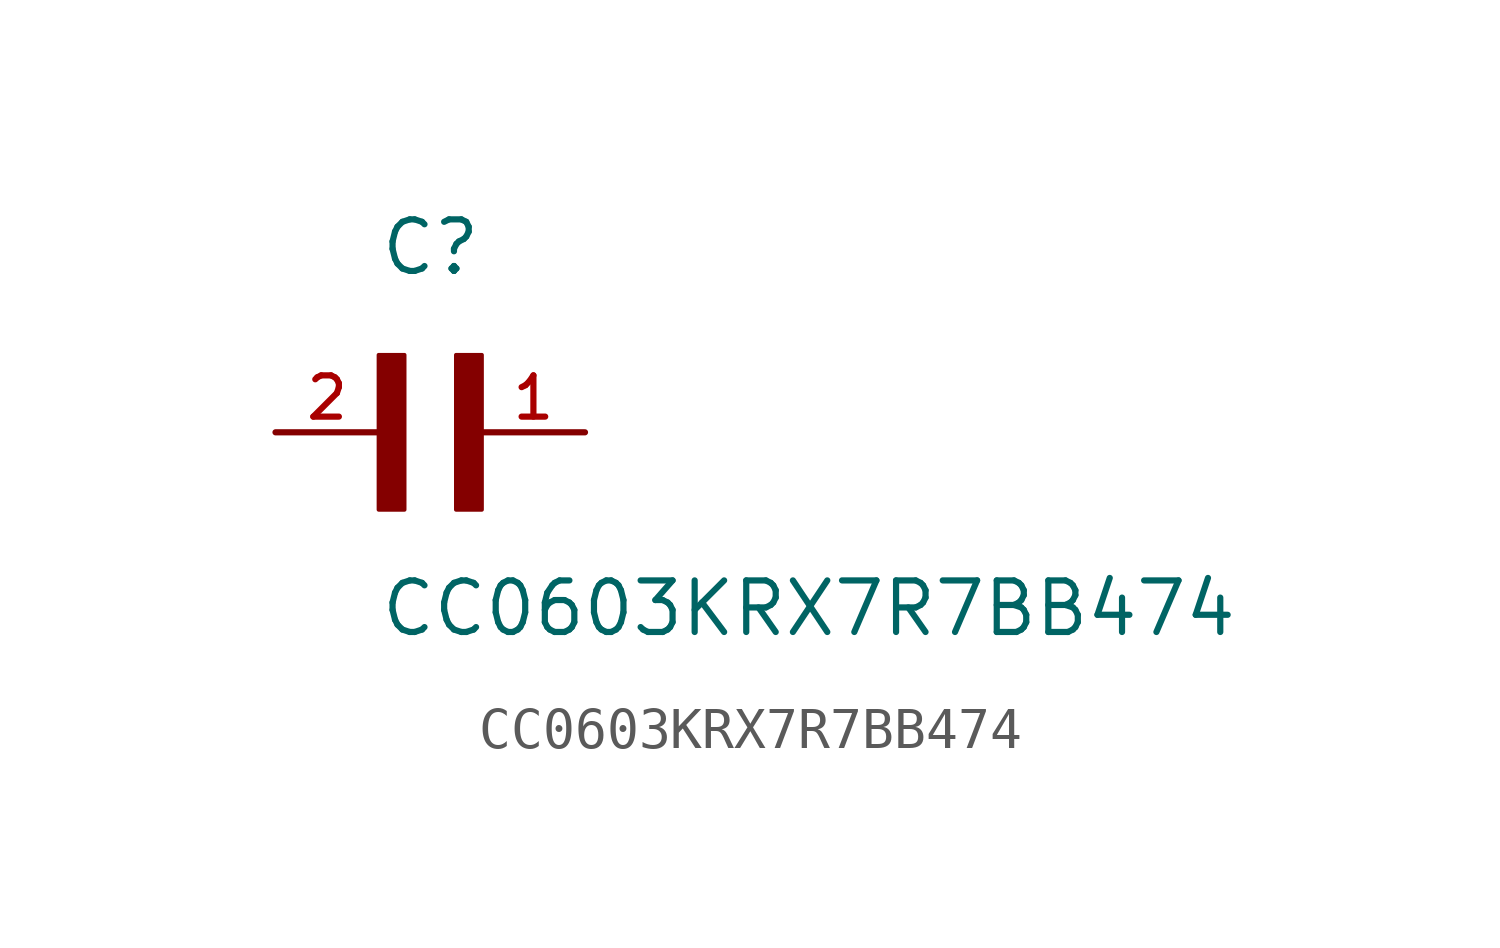
<source format=kicad_sym>
(kicad_symbol_lib
  (version 20211014)
  (generator kicad_symbol_editor)
  (symbol "CC0603KRX7R7BB474"
    (pin_names
      (offset 1.016))
    (property "Reference" "C"
      (at 0.0 3.81 0)
      (effects (font (size 1.27 1.27)) (justify bottom left)))
    (property "Value" "CC0603KRX7R7BB474"
      (at 0.0 -5.08 0)
      (effects (font (size 1.27 1.27)) (justify bottom left)))
    (symbol "CC0603KRX7R7BB474_0_0"
      (rectangle (start 0.0 -1.905) (end 0.635 1.905) (stroke (width 0.1)) (fill (type outline)))
      (rectangle (start 1.905 -1.905) (end 2.54 1.905) (stroke (width 0.1)) (fill (type outline)))
      (pin passive line (at 5.08 0.0 180.0) (length 2.54) (name "~" (effects (font (size 1.016 1.016)))) (number "1" (effects (font (size 1.016 1.016)))))
      (pin passive line (at -2.54 0.0 0) (length 2.54) (name "~" (effects (font (size 1.016 1.016)))) (number "2" (effects (font (size 1.016 1.016))))))))
</source>
